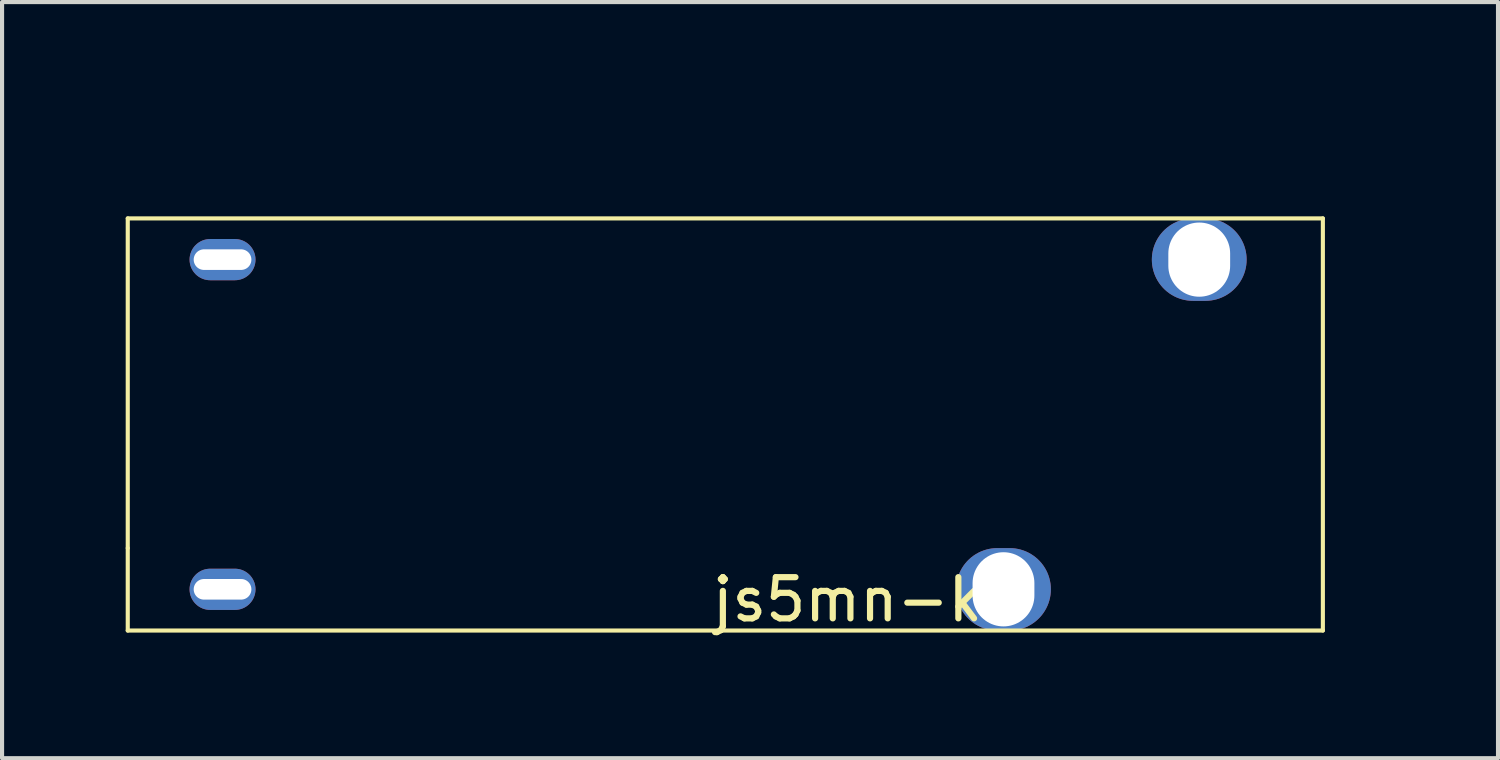
<source format=kicad_pcb>
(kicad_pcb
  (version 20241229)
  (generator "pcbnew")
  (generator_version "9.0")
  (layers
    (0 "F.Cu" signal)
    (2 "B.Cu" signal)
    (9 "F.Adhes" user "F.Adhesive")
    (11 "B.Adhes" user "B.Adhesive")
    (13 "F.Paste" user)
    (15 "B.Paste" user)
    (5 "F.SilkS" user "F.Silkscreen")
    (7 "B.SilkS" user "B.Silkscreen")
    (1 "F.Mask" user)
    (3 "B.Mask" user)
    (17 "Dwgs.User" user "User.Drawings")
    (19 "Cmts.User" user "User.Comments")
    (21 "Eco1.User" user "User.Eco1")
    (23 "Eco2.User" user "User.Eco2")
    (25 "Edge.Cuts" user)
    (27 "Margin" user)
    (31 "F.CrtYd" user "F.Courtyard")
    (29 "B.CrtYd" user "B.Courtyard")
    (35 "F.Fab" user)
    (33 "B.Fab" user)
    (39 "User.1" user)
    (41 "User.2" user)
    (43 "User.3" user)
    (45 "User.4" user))
  (footprint "js5mn-kt"
    (layer "F.Cu")
    (at 30.05 0.25)
    (property "Reference" "js5mn-kt" (at -12.25 11.25 0) (layer "F.SilkS") (effects (font (size 1 1) (thickness 0.15))))
    (attr through_hole)
    (fp_line (start -30 2) (end -30 10) (stroke (width 0.1) (type solid)) (layer "F.SilkS"))
    (fp_line (start -30 2) (end -1 2) (stroke (width 0.1) (type solid)) (layer "F.SilkS"))
    (fp_line (start -30 12) (end -30 10) (stroke (width 0.1) (type solid)) (layer "F.SilkS"))
    (fp_line (start -1 2) (end -1 12) (stroke (width 0.1) (type solid)) (layer "F.SilkS"))
    (fp_line (start -1 12) (end -30 12) (stroke (width 0.1) (type solid)) (layer "F.SilkS"))
    (pad "11" thru_hole oval (at -8.75 11) (size 2.3 2) (drill oval 1.5 1.8) (layers "*.Cu" "*.Mask"))
    (pad "14" thru_hole oval (at -4 3) (size 2.3 2) (drill oval 1.5 1.8) (layers "*.Cu" "*.Mask"))
    (pad "A1" thru_hole oval (at -27.7 3) (size 1.6 1) (drill oval 1.4 0.5) (layers "*.Cu" "*.Mask"))
    (pad "A2" thru_hole oval (at -27.7 11) (size 1.6 1) (drill oval 1.4 0.5) (layers "*.Cu" "*.Mask")))
  (gr_rect
    (start -3 -3)
    (end 33.3 15.348)
    (stroke (width 0.1) (type default))
    (fill no)
    (layer "Edge.Cuts")))
</source>
